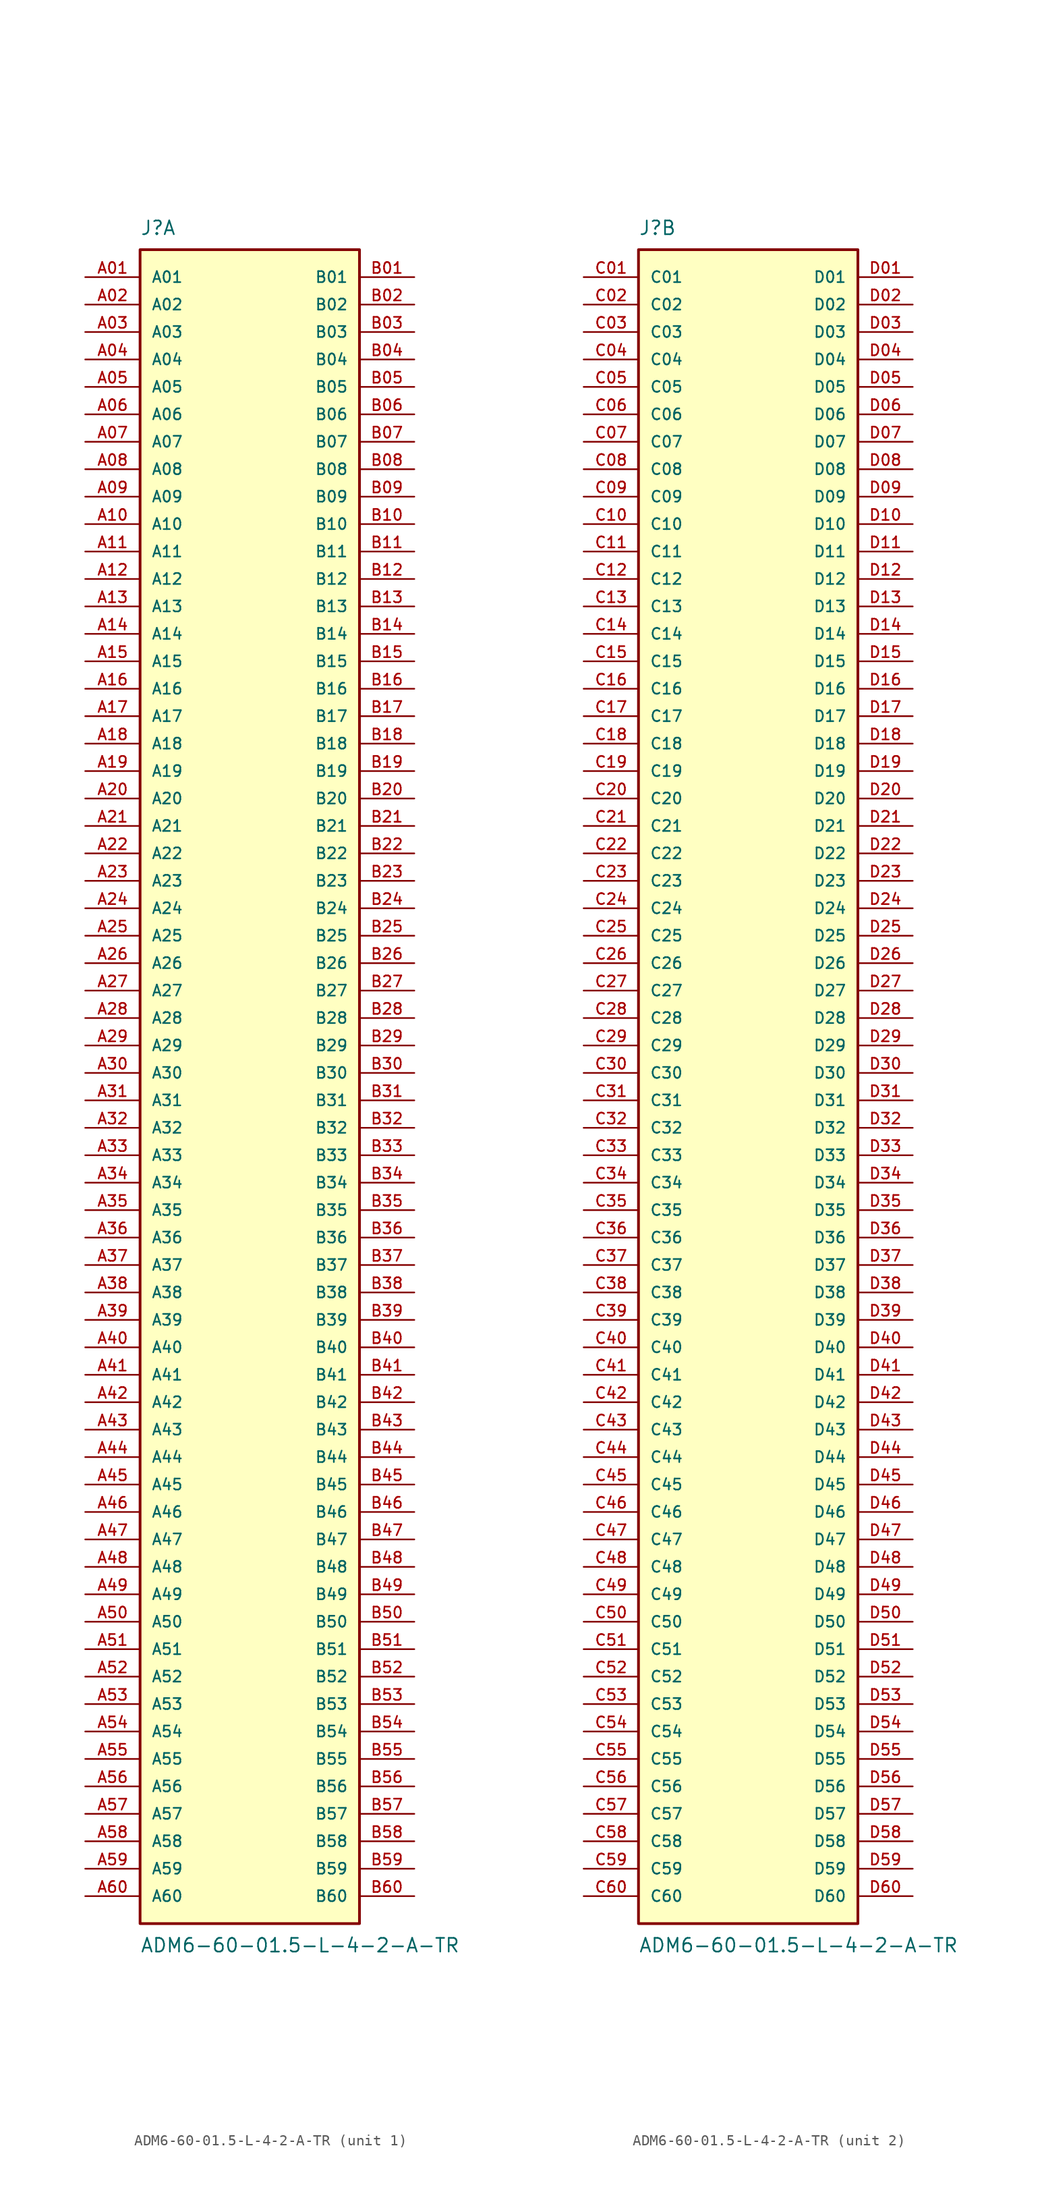
<source format=kicad_sym>
(kicad_symbol_lib
  (version 20231120)
  (generator "kicad_symbol_editor")
  (generator_version "8.0")
  (symbol "ADM6-60-01.5-L-4-2-A-TR"
    (pin_names
      (offset 1.016))
    (property "Reference" "J"
      (at -10.16 77.47 0)
      (effects (font (size 1.27 1.27)) (justify left bottom)))
    (property "Value" "ADM6-60-01.5-L-4-2-A-TR"
      (at -10.16 -80.01 0)
      (effects (font (size 1.27 1.27)) (justify left top)))
    (symbol "ADM6-60-01.5-L-4-2-A-TR_1_0"
      (rectangle (start -10.16 -78.74) (end 10.16 76.2) (stroke (width 0.254) (type default)) (fill (type background)))
      (pin passive line (at -15.24 73.66 0) (length 5.08) (name "A01" (effects (font (size 1.016 1.016)))) (number "A01" (effects (font (size 1.016 1.016)))))
      (pin passive line (at -15.24 71.12 0) (length 5.08) (name "A02" (effects (font (size 1.016 1.016)))) (number "A02" (effects (font (size 1.016 1.016)))))
      (pin passive line (at -15.24 68.58 0) (length 5.08) (name "A03" (effects (font (size 1.016 1.016)))) (number "A03" (effects (font (size 1.016 1.016)))))
      (pin passive line (at -15.24 66.04 0) (length 5.08) (name "A04" (effects (font (size 1.016 1.016)))) (number "A04" (effects (font (size 1.016 1.016)))))
      (pin passive line (at -15.24 63.5 0) (length 5.08) (name "A05" (effects (font (size 1.016 1.016)))) (number "A05" (effects (font (size 1.016 1.016)))))
      (pin passive line (at -15.24 60.96 0) (length 5.08) (name "A06" (effects (font (size 1.016 1.016)))) (number "A06" (effects (font (size 1.016 1.016)))))
      (pin passive line (at -15.24 58.42 0) (length 5.08) (name "A07" (effects (font (size 1.016 1.016)))) (number "A07" (effects (font (size 1.016 1.016)))))
      (pin passive line (at -15.24 55.88 0) (length 5.08) (name "A08" (effects (font (size 1.016 1.016)))) (number "A08" (effects (font (size 1.016 1.016)))))
      (pin passive line (at -15.24 53.34 0) (length 5.08) (name "A09" (effects (font (size 1.016 1.016)))) (number "A09" (effects (font (size 1.016 1.016)))))
      (pin passive line (at -15.24 50.8 0) (length 5.08) (name "A10" (effects (font (size 1.016 1.016)))) (number "A10" (effects (font (size 1.016 1.016)))))
      (pin passive line (at -15.24 48.26 0) (length 5.08) (name "A11" (effects (font (size 1.016 1.016)))) (number "A11" (effects (font (size 1.016 1.016)))))
      (pin passive line (at -15.24 45.72 0) (length 5.08) (name "A12" (effects (font (size 1.016 1.016)))) (number "A12" (effects (font (size 1.016 1.016)))))
      (pin passive line (at -15.24 43.18 0) (length 5.08) (name "A13" (effects (font (size 1.016 1.016)))) (number "A13" (effects (font (size 1.016 1.016)))))
      (pin passive line (at -15.24 40.64 0) (length 5.08) (name "A14" (effects (font (size 1.016 1.016)))) (number "A14" (effects (font (size 1.016 1.016)))))
      (pin passive line (at -15.24 38.1 0) (length 5.08) (name "A15" (effects (font (size 1.016 1.016)))) (number "A15" (effects (font (size 1.016 1.016)))))
      (pin passive line (at -15.24 35.56 0) (length 5.08) (name "A16" (effects (font (size 1.016 1.016)))) (number "A16" (effects (font (size 1.016 1.016)))))
      (pin passive line (at -15.24 33.02 0) (length 5.08) (name "A17" (effects (font (size 1.016 1.016)))) (number "A17" (effects (font (size 1.016 1.016)))))
      (pin passive line (at -15.24 30.48 0) (length 5.08) (name "A18" (effects (font (size 1.016 1.016)))) (number "A18" (effects (font (size 1.016 1.016)))))
      (pin passive line (at -15.24 27.94 0) (length 5.08) (name "A19" (effects (font (size 1.016 1.016)))) (number "A19" (effects (font (size 1.016 1.016)))))
      (pin passive line (at -15.24 25.4 0) (length 5.08) (name "A20" (effects (font (size 1.016 1.016)))) (number "A20" (effects (font (size 1.016 1.016)))))
      (pin passive line (at -15.24 22.86 0) (length 5.08) (name "A21" (effects (font (size 1.016 1.016)))) (number "A21" (effects (font (size 1.016 1.016)))))
      (pin passive line (at -15.24 20.32 0) (length 5.08) (name "A22" (effects (font (size 1.016 1.016)))) (number "A22" (effects (font (size 1.016 1.016)))))
      (pin passive line (at -15.24 17.78 0) (length 5.08) (name "A23" (effects (font (size 1.016 1.016)))) (number "A23" (effects (font (size 1.016 1.016)))))
      (pin passive line (at -15.24 15.24 0) (length 5.08) (name "A24" (effects (font (size 1.016 1.016)))) (number "A24" (effects (font (size 1.016 1.016)))))
      (pin passive line (at -15.24 12.7 0) (length 5.08) (name "A25" (effects (font (size 1.016 1.016)))) (number "A25" (effects (font (size 1.016 1.016)))))
      (pin passive line (at -15.24 10.16 0) (length 5.08) (name "A26" (effects (font (size 1.016 1.016)))) (number "A26" (effects (font (size 1.016 1.016)))))
      (pin passive line (at -15.24 7.62 0) (length 5.08) (name "A27" (effects (font (size 1.016 1.016)))) (number "A27" (effects (font (size 1.016 1.016)))))
      (pin passive line (at -15.24 5.08 0) (length 5.08) (name "A28" (effects (font (size 1.016 1.016)))) (number "A28" (effects (font (size 1.016 1.016)))))
      (pin passive line (at -15.24 2.54 0) (length 5.08) (name "A29" (effects (font (size 1.016 1.016)))) (number "A29" (effects (font (size 1.016 1.016)))))
      (pin passive line (at -15.24 0 0) (length 5.08) (name "A30" (effects (font (size 1.016 1.016)))) (number "A30" (effects (font (size 1.016 1.016)))))
      (pin passive line (at -15.24 -2.54 0) (length 5.08) (name "A31" (effects (font (size 1.016 1.016)))) (number "A31" (effects (font (size 1.016 1.016)))))
      (pin passive line (at -15.24 -5.08 0) (length 5.08) (name "A32" (effects (font (size 1.016 1.016)))) (number "A32" (effects (font (size 1.016 1.016)))))
      (pin passive line (at -15.24 -7.62 0) (length 5.08) (name "A33" (effects (font (size 1.016 1.016)))) (number "A33" (effects (font (size 1.016 1.016)))))
      (pin passive line (at -15.24 -10.16 0) (length 5.08) (name "A34" (effects (font (size 1.016 1.016)))) (number "A34" (effects (font (size 1.016 1.016)))))
      (pin passive line (at -15.24 -12.7 0) (length 5.08) (name "A35" (effects (font (size 1.016 1.016)))) (number "A35" (effects (font (size 1.016 1.016)))))
      (pin passive line (at -15.24 -15.24 0) (length 5.08) (name "A36" (effects (font (size 1.016 1.016)))) (number "A36" (effects (font (size 1.016 1.016)))))
      (pin passive line (at -15.24 -17.78 0) (length 5.08) (name "A37" (effects (font (size 1.016 1.016)))) (number "A37" (effects (font (size 1.016 1.016)))))
      (pin passive line (at -15.24 -20.32 0) (length 5.08) (name "A38" (effects (font (size 1.016 1.016)))) (number "A38" (effects (font (size 1.016 1.016)))))
      (pin passive line (at -15.24 -22.86 0) (length 5.08) (name "A39" (effects (font (size 1.016 1.016)))) (number "A39" (effects (font (size 1.016 1.016)))))
      (pin passive line (at -15.24 -25.4 0) (length 5.08) (name "A40" (effects (font (size 1.016 1.016)))) (number "A40" (effects (font (size 1.016 1.016)))))
      (pin passive line (at -15.24 -27.94 0) (length 5.08) (name "A41" (effects (font (size 1.016 1.016)))) (number "A41" (effects (font (size 1.016 1.016)))))
      (pin passive line (at -15.24 -30.48 0) (length 5.08) (name "A42" (effects (font (size 1.016 1.016)))) (number "A42" (effects (font (size 1.016 1.016)))))
      (pin passive line (at -15.24 -33.02 0) (length 5.08) (name "A43" (effects (font (size 1.016 1.016)))) (number "A43" (effects (font (size 1.016 1.016)))))
      (pin passive line (at -15.24 -35.56 0) (length 5.08) (name "A44" (effects (font (size 1.016 1.016)))) (number "A44" (effects (font (size 1.016 1.016)))))
      (pin passive line (at -15.24 -38.1 0) (length 5.08) (name "A45" (effects (font (size 1.016 1.016)))) (number "A45" (effects (font (size 1.016 1.016)))))
      (pin passive line (at -15.24 -40.64 0) (length 5.08) (name "A46" (effects (font (size 1.016 1.016)))) (number "A46" (effects (font (size 1.016 1.016)))))
      (pin passive line (at -15.24 -43.18 0) (length 5.08) (name "A47" (effects (font (size 1.016 1.016)))) (number "A47" (effects (font (size 1.016 1.016)))))
      (pin passive line (at -15.24 -45.72 0) (length 5.08) (name "A48" (effects (font (size 1.016 1.016)))) (number "A48" (effects (font (size 1.016 1.016)))))
      (pin passive line (at -15.24 -48.26 0) (length 5.08) (name "A49" (effects (font (size 1.016 1.016)))) (number "A49" (effects (font (size 1.016 1.016)))))
      (pin passive line (at -15.24 -50.8 0) (length 5.08) (name "A50" (effects (font (size 1.016 1.016)))) (number "A50" (effects (font (size 1.016 1.016)))))
      (pin passive line (at -15.24 -53.34 0) (length 5.08) (name "A51" (effects (font (size 1.016 1.016)))) (number "A51" (effects (font (size 1.016 1.016)))))
      (pin passive line (at -15.24 -55.88 0) (length 5.08) (name "A52" (effects (font (size 1.016 1.016)))) (number "A52" (effects (font (size 1.016 1.016)))))
      (pin passive line (at -15.24 -58.42 0) (length 5.08) (name "A53" (effects (font (size 1.016 1.016)))) (number "A53" (effects (font (size 1.016 1.016)))))
      (pin passive line (at -15.24 -60.96 0) (length 5.08) (name "A54" (effects (font (size 1.016 1.016)))) (number "A54" (effects (font (size 1.016 1.016)))))
      (pin passive line (at -15.24 -63.5 0) (length 5.08) (name "A55" (effects (font (size 1.016 1.016)))) (number "A55" (effects (font (size 1.016 1.016)))))
      (pin passive line (at -15.24 -66.04 0) (length 5.08) (name "A56" (effects (font (size 1.016 1.016)))) (number "A56" (effects (font (size 1.016 1.016)))))
      (pin passive line (at -15.24 -68.58 0) (length 5.08) (name "A57" (effects (font (size 1.016 1.016)))) (number "A57" (effects (font (size 1.016 1.016)))))
      (pin passive line (at -15.24 -71.12 0) (length 5.08) (name "A58" (effects (font (size 1.016 1.016)))) (number "A58" (effects (font (size 1.016 1.016)))))
      (pin passive line (at -15.24 -73.66 0) (length 5.08) (name "A59" (effects (font (size 1.016 1.016)))) (number "A59" (effects (font (size 1.016 1.016)))))
      (pin passive line (at -15.24 -76.2 0) (length 5.08) (name "A60" (effects (font (size 1.016 1.016)))) (number "A60" (effects (font (size 1.016 1.016)))))
      (pin passive line (at 15.24 73.66 180) (length 5.08) (name "B01" (effects (font (size 1.016 1.016)))) (number "B01" (effects (font (size 1.016 1.016)))))
      (pin passive line (at 15.24 71.12 180) (length 5.08) (name "B02" (effects (font (size 1.016 1.016)))) (number "B02" (effects (font (size 1.016 1.016)))))
      (pin passive line (at 15.24 68.58 180) (length 5.08) (name "B03" (effects (font (size 1.016 1.016)))) (number "B03" (effects (font (size 1.016 1.016)))))
      (pin passive line (at 15.24 66.04 180) (length 5.08) (name "B04" (effects (font (size 1.016 1.016)))) (number "B04" (effects (font (size 1.016 1.016)))))
      (pin passive line (at 15.24 63.5 180) (length 5.08) (name "B05" (effects (font (size 1.016 1.016)))) (number "B05" (effects (font (size 1.016 1.016)))))
      (pin passive line (at 15.24 60.96 180) (length 5.08) (name "B06" (effects (font (size 1.016 1.016)))) (number "B06" (effects (font (size 1.016 1.016)))))
      (pin passive line (at 15.24 58.42 180) (length 5.08) (name "B07" (effects (font (size 1.016 1.016)))) (number "B07" (effects (font (size 1.016 1.016)))))
      (pin passive line (at 15.24 55.88 180) (length 5.08) (name "B08" (effects (font (size 1.016 1.016)))) (number "B08" (effects (font (size 1.016 1.016)))))
      (pin passive line (at 15.24 53.34 180) (length 5.08) (name "B09" (effects (font (size 1.016 1.016)))) (number "B09" (effects (font (size 1.016 1.016)))))
      (pin passive line (at 15.24 50.8 180) (length 5.08) (name "B10" (effects (font (size 1.016 1.016)))) (number "B10" (effects (font (size 1.016 1.016)))))
      (pin passive line (at 15.24 48.26 180) (length 5.08) (name "B11" (effects (font (size 1.016 1.016)))) (number "B11" (effects (font (size 1.016 1.016)))))
      (pin passive line (at 15.24 45.72 180) (length 5.08) (name "B12" (effects (font (size 1.016 1.016)))) (number "B12" (effects (font (size 1.016 1.016)))))
      (pin passive line (at 15.24 43.18 180) (length 5.08) (name "B13" (effects (font (size 1.016 1.016)))) (number "B13" (effects (font (size 1.016 1.016)))))
      (pin passive line (at 15.24 40.64 180) (length 5.08) (name "B14" (effects (font (size 1.016 1.016)))) (number "B14" (effects (font (size 1.016 1.016)))))
      (pin passive line (at 15.24 38.1 180) (length 5.08) (name "B15" (effects (font (size 1.016 1.016)))) (number "B15" (effects (font (size 1.016 1.016)))))
      (pin passive line (at 15.24 35.56 180) (length 5.08) (name "B16" (effects (font (size 1.016 1.016)))) (number "B16" (effects (font (size 1.016 1.016)))))
      (pin passive line (at 15.24 33.02 180) (length 5.08) (name "B17" (effects (font (size 1.016 1.016)))) (number "B17" (effects (font (size 1.016 1.016)))))
      (pin passive line (at 15.24 30.48 180) (length 5.08) (name "B18" (effects (font (size 1.016 1.016)))) (number "B18" (effects (font (size 1.016 1.016)))))
      (pin passive line (at 15.24 27.94 180) (length 5.08) (name "B19" (effects (font (size 1.016 1.016)))) (number "B19" (effects (font (size 1.016 1.016)))))
      (pin passive line (at 15.24 25.4 180) (length 5.08) (name "B20" (effects (font (size 1.016 1.016)))) (number "B20" (effects (font (size 1.016 1.016)))))
      (pin passive line (at 15.24 22.86 180) (length 5.08) (name "B21" (effects (font (size 1.016 1.016)))) (number "B21" (effects (font (size 1.016 1.016)))))
      (pin passive line (at 15.24 20.32 180) (length 5.08) (name "B22" (effects (font (size 1.016 1.016)))) (number "B22" (effects (font (size 1.016 1.016)))))
      (pin passive line (at 15.24 17.78 180) (length 5.08) (name "B23" (effects (font (size 1.016 1.016)))) (number "B23" (effects (font (size 1.016 1.016)))))
      (pin passive line (at 15.24 15.24 180) (length 5.08) (name "B24" (effects (font (size 1.016 1.016)))) (number "B24" (effects (font (size 1.016 1.016)))))
      (pin passive line (at 15.24 12.7 180) (length 5.08) (name "B25" (effects (font (size 1.016 1.016)))) (number "B25" (effects (font (size 1.016 1.016)))))
      (pin passive line (at 15.24 10.16 180) (length 5.08) (name "B26" (effects (font (size 1.016 1.016)))) (number "B26" (effects (font (size 1.016 1.016)))))
      (pin passive line (at 15.24 7.62 180) (length 5.08) (name "B27" (effects (font (size 1.016 1.016)))) (number "B27" (effects (font (size 1.016 1.016)))))
      (pin passive line (at 15.24 5.08 180) (length 5.08) (name "B28" (effects (font (size 1.016 1.016)))) (number "B28" (effects (font (size 1.016 1.016)))))
      (pin passive line (at 15.24 2.54 180) (length 5.08) (name "B29" (effects (font (size 1.016 1.016)))) (number "B29" (effects (font (size 1.016 1.016)))))
      (pin passive line (at 15.24 0 180) (length 5.08) (name "B30" (effects (font (size 1.016 1.016)))) (number "B30" (effects (font (size 1.016 1.016)))))
      (pin passive line (at 15.24 -2.54 180) (length 5.08) (name "B31" (effects (font (size 1.016 1.016)))) (number "B31" (effects (font (size 1.016 1.016)))))
      (pin passive line (at 15.24 -5.08 180) (length 5.08) (name "B32" (effects (font (size 1.016 1.016)))) (number "B32" (effects (font (size 1.016 1.016)))))
      (pin passive line (at 15.24 -7.62 180) (length 5.08) (name "B33" (effects (font (size 1.016 1.016)))) (number "B33" (effects (font (size 1.016 1.016)))))
      (pin passive line (at 15.24 -10.16 180) (length 5.08) (name "B34" (effects (font (size 1.016 1.016)))) (number "B34" (effects (font (size 1.016 1.016)))))
      (pin passive line (at 15.24 -12.7 180) (length 5.08) (name "B35" (effects (font (size 1.016 1.016)))) (number "B35" (effects (font (size 1.016 1.016)))))
      (pin passive line (at 15.24 -15.24 180) (length 5.08) (name "B36" (effects (font (size 1.016 1.016)))) (number "B36" (effects (font (size 1.016 1.016)))))
      (pin passive line (at 15.24 -17.78 180) (length 5.08) (name "B37" (effects (font (size 1.016 1.016)))) (number "B37" (effects (font (size 1.016 1.016)))))
      (pin passive line (at 15.24 -20.32 180) (length 5.08) (name "B38" (effects (font (size 1.016 1.016)))) (number "B38" (effects (font (size 1.016 1.016)))))
      (pin passive line (at 15.24 -22.86 180) (length 5.08) (name "B39" (effects (font (size 1.016 1.016)))) (number "B39" (effects (font (size 1.016 1.016)))))
      (pin passive line (at 15.24 -25.4 180) (length 5.08) (name "B40" (effects (font (size 1.016 1.016)))) (number "B40" (effects (font (size 1.016 1.016)))))
      (pin passive line (at 15.24 -27.94 180) (length 5.08) (name "B41" (effects (font (size 1.016 1.016)))) (number "B41" (effects (font (size 1.016 1.016)))))
      (pin passive line (at 15.24 -30.48 180) (length 5.08) (name "B42" (effects (font (size 1.016 1.016)))) (number "B42" (effects (font (size 1.016 1.016)))))
      (pin passive line (at 15.24 -33.02 180) (length 5.08) (name "B43" (effects (font (size 1.016 1.016)))) (number "B43" (effects (font (size 1.016 1.016)))))
      (pin passive line (at 15.24 -35.56 180) (length 5.08) (name "B44" (effects (font (size 1.016 1.016)))) (number "B44" (effects (font (size 1.016 1.016)))))
      (pin passive line (at 15.24 -38.1 180) (length 5.08) (name "B45" (effects (font (size 1.016 1.016)))) (number "B45" (effects (font (size 1.016 1.016)))))
      (pin passive line (at 15.24 -40.64 180) (length 5.08) (name "B46" (effects (font (size 1.016 1.016)))) (number "B46" (effects (font (size 1.016 1.016)))))
      (pin passive line (at 15.24 -43.18 180) (length 5.08) (name "B47" (effects (font (size 1.016 1.016)))) (number "B47" (effects (font (size 1.016 1.016)))))
      (pin passive line (at 15.24 -45.72 180) (length 5.08) (name "B48" (effects (font (size 1.016 1.016)))) (number "B48" (effects (font (size 1.016 1.016)))))
      (pin passive line (at 15.24 -48.26 180) (length 5.08) (name "B49" (effects (font (size 1.016 1.016)))) (number "B49" (effects (font (size 1.016 1.016)))))
      (pin passive line (at 15.24 -50.8 180) (length 5.08) (name "B50" (effects (font (size 1.016 1.016)))) (number "B50" (effects (font (size 1.016 1.016)))))
      (pin passive line (at 15.24 -53.34 180) (length 5.08) (name "B51" (effects (font (size 1.016 1.016)))) (number "B51" (effects (font (size 1.016 1.016)))))
      (pin passive line (at 15.24 -55.88 180) (length 5.08) (name "B52" (effects (font (size 1.016 1.016)))) (number "B52" (effects (font (size 1.016 1.016)))))
      (pin passive line (at 15.24 -58.42 180) (length 5.08) (name "B53" (effects (font (size 1.016 1.016)))) (number "B53" (effects (font (size 1.016 1.016)))))
      (pin passive line (at 15.24 -60.96 180) (length 5.08) (name "B54" (effects (font (size 1.016 1.016)))) (number "B54" (effects (font (size 1.016 1.016)))))
      (pin passive line (at 15.24 -63.5 180) (length 5.08) (name "B55" (effects (font (size 1.016 1.016)))) (number "B55" (effects (font (size 1.016 1.016)))))
      (pin passive line (at 15.24 -66.04 180) (length 5.08) (name "B56" (effects (font (size 1.016 1.016)))) (number "B56" (effects (font (size 1.016 1.016)))))
      (pin passive line (at 15.24 -68.58 180) (length 5.08) (name "B57" (effects (font (size 1.016 1.016)))) (number "B57" (effects (font (size 1.016 1.016)))))
      (pin passive line (at 15.24 -71.12 180) (length 5.08) (name "B58" (effects (font (size 1.016 1.016)))) (number "B58" (effects (font (size 1.016 1.016)))))
      (pin passive line (at 15.24 -73.66 180) (length 5.08) (name "B59" (effects (font (size 1.016 1.016)))) (number "B59" (effects (font (size 1.016 1.016)))))
      (pin passive line (at 15.24 -76.2 180) (length 5.08) (name "B60" (effects (font (size 1.016 1.016)))) (number "B60" (effects (font (size 1.016 1.016))))))
    (symbol "ADM6-60-01.5-L-4-2-A-TR_2_0"
      (rectangle (start -10.16 -78.74) (end 10.16 76.2) (stroke (width 0.254) (type default)) (fill (type background)))
      (pin passive line (at -15.24 73.66 0) (length 5.08) (name "C01" (effects (font (size 1.016 1.016)))) (number "C01" (effects (font (size 1.016 1.016)))))
      (pin passive line (at -15.24 71.12 0) (length 5.08) (name "C02" (effects (font (size 1.016 1.016)))) (number "C02" (effects (font (size 1.016 1.016)))))
      (pin passive line (at -15.24 68.58 0) (length 5.08) (name "C03" (effects (font (size 1.016 1.016)))) (number "C03" (effects (font (size 1.016 1.016)))))
      (pin passive line (at -15.24 66.04 0) (length 5.08) (name "C04" (effects (font (size 1.016 1.016)))) (number "C04" (effects (font (size 1.016 1.016)))))
      (pin passive line (at -15.24 63.5 0) (length 5.08) (name "C05" (effects (font (size 1.016 1.016)))) (number "C05" (effects (font (size 1.016 1.016)))))
      (pin passive line (at -15.24 60.96 0) (length 5.08) (name "C06" (effects (font (size 1.016 1.016)))) (number "C06" (effects (font (size 1.016 1.016)))))
      (pin passive line (at -15.24 58.42 0) (length 5.08) (name "C07" (effects (font (size 1.016 1.016)))) (number "C07" (effects (font (size 1.016 1.016)))))
      (pin passive line (at -15.24 55.88 0) (length 5.08) (name "C08" (effects (font (size 1.016 1.016)))) (number "C08" (effects (font (size 1.016 1.016)))))
      (pin passive line (at -15.24 53.34 0) (length 5.08) (name "C09" (effects (font (size 1.016 1.016)))) (number "C09" (effects (font (size 1.016 1.016)))))
      (pin passive line (at -15.24 50.8 0) (length 5.08) (name "C10" (effects (font (size 1.016 1.016)))) (number "C10" (effects (font (size 1.016 1.016)))))
      (pin passive line (at -15.24 48.26 0) (length 5.08) (name "C11" (effects (font (size 1.016 1.016)))) (number "C11" (effects (font (size 1.016 1.016)))))
      (pin passive line (at -15.24 45.72 0) (length 5.08) (name "C12" (effects (font (size 1.016 1.016)))) (number "C12" (effects (font (size 1.016 1.016)))))
      (pin passive line (at -15.24 43.18 0) (length 5.08) (name "C13" (effects (font (size 1.016 1.016)))) (number "C13" (effects (font (size 1.016 1.016)))))
      (pin passive line (at -15.24 40.64 0) (length 5.08) (name "C14" (effects (font (size 1.016 1.016)))) (number "C14" (effects (font (size 1.016 1.016)))))
      (pin passive line (at -15.24 38.1 0) (length 5.08) (name "C15" (effects (font (size 1.016 1.016)))) (number "C15" (effects (font (size 1.016 1.016)))))
      (pin passive line (at -15.24 35.56 0) (length 5.08) (name "C16" (effects (font (size 1.016 1.016)))) (number "C16" (effects (font (size 1.016 1.016)))))
      (pin passive line (at -15.24 33.02 0) (length 5.08) (name "C17" (effects (font (size 1.016 1.016)))) (number "C17" (effects (font (size 1.016 1.016)))))
      (pin passive line (at -15.24 30.48 0) (length 5.08) (name "C18" (effects (font (size 1.016 1.016)))) (number "C18" (effects (font (size 1.016 1.016)))))
      (pin passive line (at -15.24 27.94 0) (length 5.08) (name "C19" (effects (font (size 1.016 1.016)))) (number "C19" (effects (font (size 1.016 1.016)))))
      (pin passive line (at -15.24 25.4 0) (length 5.08) (name "C20" (effects (font (size 1.016 1.016)))) (number "C20" (effects (font (size 1.016 1.016)))))
      (pin passive line (at -15.24 22.86 0) (length 5.08) (name "C21" (effects (font (size 1.016 1.016)))) (number "C21" (effects (font (size 1.016 1.016)))))
      (pin passive line (at -15.24 20.32 0) (length 5.08) (name "C22" (effects (font (size 1.016 1.016)))) (number "C22" (effects (font (size 1.016 1.016)))))
      (pin passive line (at -15.24 17.78 0) (length 5.08) (name "C23" (effects (font (size 1.016 1.016)))) (number "C23" (effects (font (size 1.016 1.016)))))
      (pin passive line (at -15.24 15.24 0) (length 5.08) (name "C24" (effects (font (size 1.016 1.016)))) (number "C24" (effects (font (size 1.016 1.016)))))
      (pin passive line (at -15.24 12.7 0) (length 5.08) (name "C25" (effects (font (size 1.016 1.016)))) (number "C25" (effects (font (size 1.016 1.016)))))
      (pin passive line (at -15.24 10.16 0) (length 5.08) (name "C26" (effects (font (size 1.016 1.016)))) (number "C26" (effects (font (size 1.016 1.016)))))
      (pin passive line (at -15.24 7.62 0) (length 5.08) (name "C27" (effects (font (size 1.016 1.016)))) (number "C27" (effects (font (size 1.016 1.016)))))
      (pin passive line (at -15.24 5.08 0) (length 5.08) (name "C28" (effects (font (size 1.016 1.016)))) (number "C28" (effects (font (size 1.016 1.016)))))
      (pin passive line (at -15.24 2.54 0) (length 5.08) (name "C29" (effects (font (size 1.016 1.016)))) (number "C29" (effects (font (size 1.016 1.016)))))
      (pin passive line (at -15.24 0 0) (length 5.08) (name "C30" (effects (font (size 1.016 1.016)))) (number "C30" (effects (font (size 1.016 1.016)))))
      (pin passive line (at -15.24 -2.54 0) (length 5.08) (name "C31" (effects (font (size 1.016 1.016)))) (number "C31" (effects (font (size 1.016 1.016)))))
      (pin passive line (at -15.24 -5.08 0) (length 5.08) (name "C32" (effects (font (size 1.016 1.016)))) (number "C32" (effects (font (size 1.016 1.016)))))
      (pin passive line (at -15.24 -7.62 0) (length 5.08) (name "C33" (effects (font (size 1.016 1.016)))) (number "C33" (effects (font (size 1.016 1.016)))))
      (pin passive line (at -15.24 -10.16 0) (length 5.08) (name "C34" (effects (font (size 1.016 1.016)))) (number "C34" (effects (font (size 1.016 1.016)))))
      (pin passive line (at -15.24 -12.7 0) (length 5.08) (name "C35" (effects (font (size 1.016 1.016)))) (number "C35" (effects (font (size 1.016 1.016)))))
      (pin passive line (at -15.24 -15.24 0) (length 5.08) (name "C36" (effects (font (size 1.016 1.016)))) (number "C36" (effects (font (size 1.016 1.016)))))
      (pin passive line (at -15.24 -17.78 0) (length 5.08) (name "C37" (effects (font (size 1.016 1.016)))) (number "C37" (effects (font (size 1.016 1.016)))))
      (pin passive line (at -15.24 -20.32 0) (length 5.08) (name "C38" (effects (font (size 1.016 1.016)))) (number "C38" (effects (font (size 1.016 1.016)))))
      (pin passive line (at -15.24 -22.86 0) (length 5.08) (name "C39" (effects (font (size 1.016 1.016)))) (number "C39" (effects (font (size 1.016 1.016)))))
      (pin passive line (at -15.24 -25.4 0) (length 5.08) (name "C40" (effects (font (size 1.016 1.016)))) (number "C40" (effects (font (size 1.016 1.016)))))
      (pin passive line (at -15.24 -27.94 0) (length 5.08) (name "C41" (effects (font (size 1.016 1.016)))) (number "C41" (effects (font (size 1.016 1.016)))))
      (pin passive line (at -15.24 -30.48 0) (length 5.08) (name "C42" (effects (font (size 1.016 1.016)))) (number "C42" (effects (font (size 1.016 1.016)))))
      (pin passive line (at -15.24 -33.02 0) (length 5.08) (name "C43" (effects (font (size 1.016 1.016)))) (number "C43" (effects (font (size 1.016 1.016)))))
      (pin passive line (at -15.24 -35.56 0) (length 5.08) (name "C44" (effects (font (size 1.016 1.016)))) (number "C44" (effects (font (size 1.016 1.016)))))
      (pin passive line (at -15.24 -38.1 0) (length 5.08) (name "C45" (effects (font (size 1.016 1.016)))) (number "C45" (effects (font (size 1.016 1.016)))))
      (pin passive line (at -15.24 -40.64 0) (length 5.08) (name "C46" (effects (font (size 1.016 1.016)))) (number "C46" (effects (font (size 1.016 1.016)))))
      (pin passive line (at -15.24 -43.18 0) (length 5.08) (name "C47" (effects (font (size 1.016 1.016)))) (number "C47" (effects (font (size 1.016 1.016)))))
      (pin passive line (at -15.24 -45.72 0) (length 5.08) (name "C48" (effects (font (size 1.016 1.016)))) (number "C48" (effects (font (size 1.016 1.016)))))
      (pin passive line (at -15.24 -48.26 0) (length 5.08) (name "C49" (effects (font (size 1.016 1.016)))) (number "C49" (effects (font (size 1.016 1.016)))))
      (pin passive line (at -15.24 -50.8 0) (length 5.08) (name "C50" (effects (font (size 1.016 1.016)))) (number "C50" (effects (font (size 1.016 1.016)))))
      (pin passive line (at -15.24 -53.34 0) (length 5.08) (name "C51" (effects (font (size 1.016 1.016)))) (number "C51" (effects (font (size 1.016 1.016)))))
      (pin passive line (at -15.24 -55.88 0) (length 5.08) (name "C52" (effects (font (size 1.016 1.016)))) (number "C52" (effects (font (size 1.016 1.016)))))
      (pin passive line (at -15.24 -58.42 0) (length 5.08) (name "C53" (effects (font (size 1.016 1.016)))) (number "C53" (effects (font (size 1.016 1.016)))))
      (pin passive line (at -15.24 -60.96 0) (length 5.08) (name "C54" (effects (font (size 1.016 1.016)))) (number "C54" (effects (font (size 1.016 1.016)))))
      (pin passive line (at -15.24 -63.5 0) (length 5.08) (name "C55" (effects (font (size 1.016 1.016)))) (number "C55" (effects (font (size 1.016 1.016)))))
      (pin passive line (at -15.24 -66.04 0) (length 5.08) (name "C56" (effects (font (size 1.016 1.016)))) (number "C56" (effects (font (size 1.016 1.016)))))
      (pin passive line (at -15.24 -68.58 0) (length 5.08) (name "C57" (effects (font (size 1.016 1.016)))) (number "C57" (effects (font (size 1.016 1.016)))))
      (pin passive line (at -15.24 -71.12 0) (length 5.08) (name "C58" (effects (font (size 1.016 1.016)))) (number "C58" (effects (font (size 1.016 1.016)))))
      (pin passive line (at -15.24 -73.66 0) (length 5.08) (name "C59" (effects (font (size 1.016 1.016)))) (number "C59" (effects (font (size 1.016 1.016)))))
      (pin passive line (at -15.24 -76.2 0) (length 5.08) (name "C60" (effects (font (size 1.016 1.016)))) (number "C60" (effects (font (size 1.016 1.016)))))
      (pin passive line (at 15.24 73.66 180) (length 5.08) (name "D01" (effects (font (size 1.016 1.016)))) (number "D01" (effects (font (size 1.016 1.016)))))
      (pin passive line (at 15.24 71.12 180) (length 5.08) (name "D02" (effects (font (size 1.016 1.016)))) (number "D02" (effects (font (size 1.016 1.016)))))
      (pin passive line (at 15.24 68.58 180) (length 5.08) (name "D03" (effects (font (size 1.016 1.016)))) (number "D03" (effects (font (size 1.016 1.016)))))
      (pin passive line (at 15.24 66.04 180) (length 5.08) (name "D04" (effects (font (size 1.016 1.016)))) (number "D04" (effects (font (size 1.016 1.016)))))
      (pin passive line (at 15.24 63.5 180) (length 5.08) (name "D05" (effects (font (size 1.016 1.016)))) (number "D05" (effects (font (size 1.016 1.016)))))
      (pin passive line (at 15.24 60.96 180) (length 5.08) (name "D06" (effects (font (size 1.016 1.016)))) (number "D06" (effects (font (size 1.016 1.016)))))
      (pin passive line (at 15.24 58.42 180) (length 5.08) (name "D07" (effects (font (size 1.016 1.016)))) (number "D07" (effects (font (size 1.016 1.016)))))
      (pin passive line (at 15.24 55.88 180) (length 5.08) (name "D08" (effects (font (size 1.016 1.016)))) (number "D08" (effects (font (size 1.016 1.016)))))
      (pin passive line (at 15.24 53.34 180) (length 5.08) (name "D09" (effects (font (size 1.016 1.016)))) (number "D09" (effects (font (size 1.016 1.016)))))
      (pin passive line (at 15.24 50.8 180) (length 5.08) (name "D10" (effects (font (size 1.016 1.016)))) (number "D10" (effects (font (size 1.016 1.016)))))
      (pin passive line (at 15.24 48.26 180) (length 5.08) (name "D11" (effects (font (size 1.016 1.016)))) (number "D11" (effects (font (size 1.016 1.016)))))
      (pin passive line (at 15.24 45.72 180) (length 5.08) (name "D12" (effects (font (size 1.016 1.016)))) (number "D12" (effects (font (size 1.016 1.016)))))
      (pin passive line (at 15.24 43.18 180) (length 5.08) (name "D13" (effects (font (size 1.016 1.016)))) (number "D13" (effects (font (size 1.016 1.016)))))
      (pin passive line (at 15.24 40.64 180) (length 5.08) (name "D14" (effects (font (size 1.016 1.016)))) (number "D14" (effects (font (size 1.016 1.016)))))
      (pin passive line (at 15.24 38.1 180) (length 5.08) (name "D15" (effects (font (size 1.016 1.016)))) (number "D15" (effects (font (size 1.016 1.016)))))
      (pin passive line (at 15.24 35.56 180) (length 5.08) (name "D16" (effects (font (size 1.016 1.016)))) (number "D16" (effects (font (size 1.016 1.016)))))
      (pin passive line (at 15.24 33.02 180) (length 5.08) (name "D17" (effects (font (size 1.016 1.016)))) (number "D17" (effects (font (size 1.016 1.016)))))
      (pin passive line (at 15.24 30.48 180) (length 5.08) (name "D18" (effects (font (size 1.016 1.016)))) (number "D18" (effects (font (size 1.016 1.016)))))
      (pin passive line (at 15.24 27.94 180) (length 5.08) (name "D19" (effects (font (size 1.016 1.016)))) (number "D19" (effects (font (size 1.016 1.016)))))
      (pin passive line (at 15.24 25.4 180) (length 5.08) (name "D20" (effects (font (size 1.016 1.016)))) (number "D20" (effects (font (size 1.016 1.016)))))
      (pin passive line (at 15.24 22.86 180) (length 5.08) (name "D21" (effects (font (size 1.016 1.016)))) (number "D21" (effects (font (size 1.016 1.016)))))
      (pin passive line (at 15.24 20.32 180) (length 5.08) (name "D22" (effects (font (size 1.016 1.016)))) (number "D22" (effects (font (size 1.016 1.016)))))
      (pin passive line (at 15.24 17.78 180) (length 5.08) (name "D23" (effects (font (size 1.016 1.016)))) (number "D23" (effects (font (size 1.016 1.016)))))
      (pin passive line (at 15.24 15.24 180) (length 5.08) (name "D24" (effects (font (size 1.016 1.016)))) (number "D24" (effects (font (size 1.016 1.016)))))
      (pin passive line (at 15.24 12.7 180) (length 5.08) (name "D25" (effects (font (size 1.016 1.016)))) (number "D25" (effects (font (size 1.016 1.016)))))
      (pin passive line (at 15.24 10.16 180) (length 5.08) (name "D26" (effects (font (size 1.016 1.016)))) (number "D26" (effects (font (size 1.016 1.016)))))
      (pin passive line (at 15.24 7.62 180) (length 5.08) (name "D27" (effects (font (size 1.016 1.016)))) (number "D27" (effects (font (size 1.016 1.016)))))
      (pin passive line (at 15.24 5.08 180) (length 5.08) (name "D28" (effects (font (size 1.016 1.016)))) (number "D28" (effects (font (size 1.016 1.016)))))
      (pin passive line (at 15.24 2.54 180) (length 5.08) (name "D29" (effects (font (size 1.016 1.016)))) (number "D29" (effects (font (size 1.016 1.016)))))
      (pin passive line (at 15.24 0 180) (length 5.08) (name "D30" (effects (font (size 1.016 1.016)))) (number "D30" (effects (font (size 1.016 1.016)))))
      (pin passive line (at 15.24 -2.54 180) (length 5.08) (name "D31" (effects (font (size 1.016 1.016)))) (number "D31" (effects (font (size 1.016 1.016)))))
      (pin passive line (at 15.24 -5.08 180) (length 5.08) (name "D32" (effects (font (size 1.016 1.016)))) (number "D32" (effects (font (size 1.016 1.016)))))
      (pin passive line (at 15.24 -7.62 180) (length 5.08) (name "D33" (effects (font (size 1.016 1.016)))) (number "D33" (effects (font (size 1.016 1.016)))))
      (pin passive line (at 15.24 -10.16 180) (length 5.08) (name "D34" (effects (font (size 1.016 1.016)))) (number "D34" (effects (font (size 1.016 1.016)))))
      (pin passive line (at 15.24 -12.7 180) (length 5.08) (name "D35" (effects (font (size 1.016 1.016)))) (number "D35" (effects (font (size 1.016 1.016)))))
      (pin passive line (at 15.24 -15.24 180) (length 5.08) (name "D36" (effects (font (size 1.016 1.016)))) (number "D36" (effects (font (size 1.016 1.016)))))
      (pin passive line (at 15.24 -17.78 180) (length 5.08) (name "D37" (effects (font (size 1.016 1.016)))) (number "D37" (effects (font (size 1.016 1.016)))))
      (pin passive line (at 15.24 -20.32 180) (length 5.08) (name "D38" (effects (font (size 1.016 1.016)))) (number "D38" (effects (font (size 1.016 1.016)))))
      (pin passive line (at 15.24 -22.86 180) (length 5.08) (name "D39" (effects (font (size 1.016 1.016)))) (number "D39" (effects (font (size 1.016 1.016)))))
      (pin passive line (at 15.24 -25.4 180) (length 5.08) (name "D40" (effects (font (size 1.016 1.016)))) (number "D40" (effects (font (size 1.016 1.016)))))
      (pin passive line (at 15.24 -27.94 180) (length 5.08) (name "D41" (effects (font (size 1.016 1.016)))) (number "D41" (effects (font (size 1.016 1.016)))))
      (pin passive line (at 15.24 -30.48 180) (length 5.08) (name "D42" (effects (font (size 1.016 1.016)))) (number "D42" (effects (font (size 1.016 1.016)))))
      (pin passive line (at 15.24 -33.02 180) (length 5.08) (name "D43" (effects (font (size 1.016 1.016)))) (number "D43" (effects (font (size 1.016 1.016)))))
      (pin passive line (at 15.24 -35.56 180) (length 5.08) (name "D44" (effects (font (size 1.016 1.016)))) (number "D44" (effects (font (size 1.016 1.016)))))
      (pin passive line (at 15.24 -38.1 180) (length 5.08) (name "D45" (effects (font (size 1.016 1.016)))) (number "D45" (effects (font (size 1.016 1.016)))))
      (pin passive line (at 15.24 -40.64 180) (length 5.08) (name "D46" (effects (font (size 1.016 1.016)))) (number "D46" (effects (font (size 1.016 1.016)))))
      (pin passive line (at 15.24 -43.18 180) (length 5.08) (name "D47" (effects (font (size 1.016 1.016)))) (number "D47" (effects (font (size 1.016 1.016)))))
      (pin passive line (at 15.24 -45.72 180) (length 5.08) (name "D48" (effects (font (size 1.016 1.016)))) (number "D48" (effects (font (size 1.016 1.016)))))
      (pin passive line (at 15.24 -48.26 180) (length 5.08) (name "D49" (effects (font (size 1.016 1.016)))) (number "D49" (effects (font (size 1.016 1.016)))))
      (pin passive line (at 15.24 -50.8 180) (length 5.08) (name "D50" (effects (font (size 1.016 1.016)))) (number "D50" (effects (font (size 1.016 1.016)))))
      (pin passive line (at 15.24 -53.34 180) (length 5.08) (name "D51" (effects (font (size 1.016 1.016)))) (number "D51" (effects (font (size 1.016 1.016)))))
      (pin passive line (at 15.24 -55.88 180) (length 5.08) (name "D52" (effects (font (size 1.016 1.016)))) (number "D52" (effects (font (size 1.016 1.016)))))
      (pin passive line (at 15.24 -58.42 180) (length 5.08) (name "D53" (effects (font (size 1.016 1.016)))) (number "D53" (effects (font (size 1.016 1.016)))))
      (pin passive line (at 15.24 -60.96 180) (length 5.08) (name "D54" (effects (font (size 1.016 1.016)))) (number "D54" (effects (font (size 1.016 1.016)))))
      (pin passive line (at 15.24 -63.5 180) (length 5.08) (name "D55" (effects (font (size 1.016 1.016)))) (number "D55" (effects (font (size 1.016 1.016)))))
      (pin passive line (at 15.24 -66.04 180) (length 5.08) (name "D56" (effects (font (size 1.016 1.016)))) (number "D56" (effects (font (size 1.016 1.016)))))
      (pin passive line (at 15.24 -68.58 180) (length 5.08) (name "D57" (effects (font (size 1.016 1.016)))) (number "D57" (effects (font (size 1.016 1.016)))))
      (pin passive line (at 15.24 -71.12 180) (length 5.08) (name "D58" (effects (font (size 1.016 1.016)))) (number "D58" (effects (font (size 1.016 1.016)))))
      (pin passive line (at 15.24 -73.66 180) (length 5.08) (name "D59" (effects (font (size 1.016 1.016)))) (number "D59" (effects (font (size 1.016 1.016)))))
      (pin passive line (at 15.24 -76.2 180) (length 5.08) (name "D60" (effects (font (size 1.016 1.016)))) (number "D60" (effects (font (size 1.016 1.016))))))))
</source>
